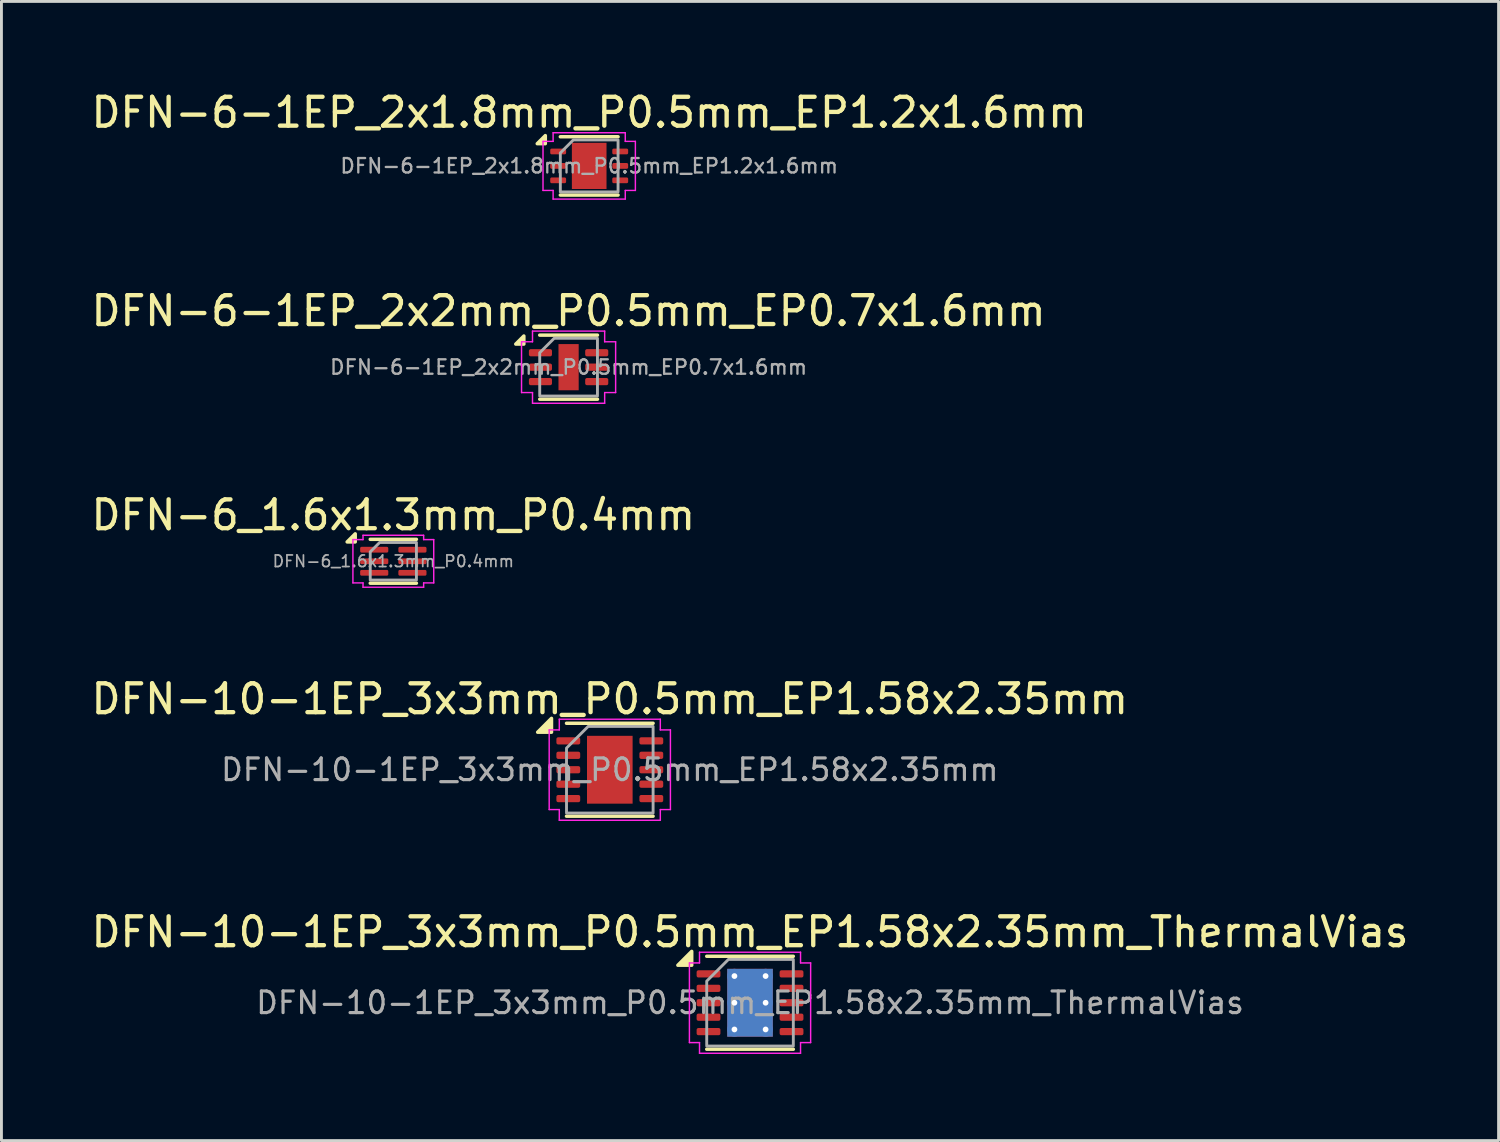
<source format=kicad_pcb>
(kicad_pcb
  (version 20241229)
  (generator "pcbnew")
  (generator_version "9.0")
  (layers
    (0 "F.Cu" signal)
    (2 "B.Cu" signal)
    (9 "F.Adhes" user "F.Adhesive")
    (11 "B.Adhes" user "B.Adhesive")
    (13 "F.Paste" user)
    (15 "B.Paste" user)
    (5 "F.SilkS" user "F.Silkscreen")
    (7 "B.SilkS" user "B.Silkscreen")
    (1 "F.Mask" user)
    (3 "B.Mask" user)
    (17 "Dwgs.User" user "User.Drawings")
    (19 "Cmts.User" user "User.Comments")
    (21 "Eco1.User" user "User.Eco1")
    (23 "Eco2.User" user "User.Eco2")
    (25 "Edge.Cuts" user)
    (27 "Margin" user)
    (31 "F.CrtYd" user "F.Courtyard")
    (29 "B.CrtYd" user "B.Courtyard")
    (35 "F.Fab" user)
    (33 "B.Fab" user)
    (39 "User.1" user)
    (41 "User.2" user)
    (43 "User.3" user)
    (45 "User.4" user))
  (footprint "DFN-6_1.6x1.3mm_P0.4mm"
    (layer "F.Cu")
    (at 10.577 16.395)
    (property "Reference" "DFN-6_1.6x1.3mm_P0.4mm" (at 0 -1.6 0) (layer "F.SilkS") (effects (font (size 1 1) (thickness 0.15))))
    (attr smd)
    (fp_line (start -0.8 -0.76) (end 0.8 -0.76) (stroke (width 0.12) (type solid)) (layer "F.SilkS"))
    (fp_line (start -0.8 0.76) (end 0.8 0.76) (stroke (width 0.12) (type solid)) (layer "F.SilkS"))
    (fp_poly (pts (xy -1.32 -0.67) (xy -1.6 -0.67) (xy -1.32 -0.95)) (stroke (width 0.12) (type solid)) (fill yes) (layer "F.SilkS"))
    (fp_line (start -1.4 -0.75) (end -1.05 -0.75) (stroke (width 0.05) (type solid)) (layer "F.CrtYd"))
    (fp_line (start -1.4 0.75) (end -1.4 -0.75) (stroke (width 0.05) (type solid)) (layer "F.CrtYd"))
    (fp_line (start -1.05 -0.9) (end 1.05 -0.9) (stroke (width 0.05) (type solid)) (layer "F.CrtYd"))
    (fp_line (start -1.05 -0.75) (end -1.05 -0.9) (stroke (width 0.05) (type solid)) (layer "F.CrtYd"))
    (fp_line (start -1.05 0.75) (end -1.4 0.75) (stroke (width 0.05) (type solid)) (layer "F.CrtYd"))
    (fp_line (start -1.05 0.9) (end -1.05 0.75) (stroke (width 0.05) (type solid)) (layer "F.CrtYd"))
    (fp_line (start 1.05 -0.9) (end 1.05 -0.75) (stroke (width 0.05) (type solid)) (layer "F.CrtYd"))
    (fp_line (start 1.05 -0.75) (end 1.4 -0.75) (stroke (width 0.05) (type solid)) (layer "F.CrtYd"))
    (fp_line (start 1.05 0.75) (end 1.05 0.9) (stroke (width 0.05) (type solid)) (layer "F.CrtYd"))
    (fp_line (start 1.05 0.9) (end -1.05 0.9) (stroke (width 0.05) (type solid)) (layer "F.CrtYd"))
    (fp_line (start 1.4 -0.75) (end 1.4 0.75) (stroke (width 0.05) (type solid)) (layer "F.CrtYd"))
    (fp_line (start 1.4 0.75) (end 1.05 0.75) (stroke (width 0.05) (type solid)) (layer "F.CrtYd"))
    (fp_poly (pts (xy -0.8 -0.325) (xy -0.8 0.65) (xy 0.8 0.65) (xy 0.8 -0.65) (xy -0.475 -0.65)) (stroke (width 0.1) (type solid)) (fill no) (layer "F.Fab"))
    (fp_text user "${REFERENCE}" (at 0 0 0) (layer "F.Fab") (effects (font (size 0.4 0.4) (thickness 0.06))))
    (pad "1" smd roundrect (at -0.662 -0.4) (size 0.975 0.2) (layers "F.Cu" "F.Mask" "F.Paste") (roundrect_rratio 0.25))
    (pad "2" smd roundrect (at -0.662 0) (size 0.975 0.2) (layers "F.Cu" "F.Mask" "F.Paste") (roundrect_rratio 0.25))
    (pad "3" smd roundrect (at -0.662 0.4) (size 0.975 0.2) (layers "F.Cu" "F.Mask" "F.Paste") (roundrect_rratio 0.25))
    (pad "4" smd roundrect (at 0.662 0.4) (size 0.975 0.2) (layers "F.Cu" "F.Mask" "F.Paste") (roundrect_rratio 0.25))
    (pad "5" smd roundrect (at 0.662 0) (size 0.975 0.2) (layers "F.Cu" "F.Mask" "F.Paste") (roundrect_rratio 0.25))
    (pad "6" smd roundrect (at 0.662 -0.4) (size 0.975 0.2) (layers "F.Cu" "F.Mask" "F.Paste") (roundrect_rratio 0.25)))
  (footprint "DFN-10-1EP_3x3mm_P0.5mm_EP1.58x2.35mm"
    (layer "F.Cu")
    (at 18.077 23.618)
    (property "Reference" "DFN-10-1EP_3x3mm_P0.5mm_EP1.58x2.35mm" (at 0 -2.45 0) (layer "F.SilkS") (effects (font (size 1 1) (thickness 0.15))))
    (attr smd)
    (fp_line (start -1.5 -1.61) (end 1.5 -1.61) (stroke (width 0.12) (type solid)) (layer "F.SilkS"))
    (fp_line (start -1.5 1.61) (end 1.5 1.61) (stroke (width 0.12) (type solid)) (layer "F.SilkS"))
    (fp_poly (pts (xy -2.02 -1.3) (xy -2.5 -1.3) (xy -2.02 -1.78)) (stroke (width 0.12) (type solid)) (fill yes) (layer "F.SilkS"))
    (fp_line (start -2.1 -1.38) (end -1.75 -1.38) (stroke (width 0.05) (type solid)) (layer "F.CrtYd"))
    (fp_line (start -2.1 1.38) (end -2.1 -1.38) (stroke (width 0.05) (type solid)) (layer "F.CrtYd"))
    (fp_line (start -1.75 -1.75) (end 1.75 -1.75) (stroke (width 0.05) (type solid)) (layer "F.CrtYd"))
    (fp_line (start -1.75 -1.38) (end -1.75 -1.75) (stroke (width 0.05) (type solid)) (layer "F.CrtYd"))
    (fp_line (start -1.75 1.38) (end -2.1 1.38) (stroke (width 0.05) (type solid)) (layer "F.CrtYd"))
    (fp_line (start -1.75 1.75) (end -1.75 1.38) (stroke (width 0.05) (type solid)) (layer "F.CrtYd"))
    (fp_line (start 1.75 -1.75) (end 1.75 -1.38) (stroke (width 0.05) (type solid)) (layer "F.CrtYd"))
    (fp_line (start 1.75 -1.38) (end 2.1 -1.38) (stroke (width 0.05) (type solid)) (layer "F.CrtYd"))
    (fp_line (start 1.75 1.38) (end 1.75 1.75) (stroke (width 0.05) (type solid)) (layer "F.CrtYd"))
    (fp_line (start 1.75 1.75) (end -1.75 1.75) (stroke (width 0.05) (type solid)) (layer "F.CrtYd"))
    (fp_line (start 2.1 -1.38) (end 2.1 1.38) (stroke (width 0.05) (type solid)) (layer "F.CrtYd"))
    (fp_line (start 2.1 1.38) (end 1.75 1.38) (stroke (width 0.05) (type solid)) (layer "F.CrtYd"))
    (fp_poly (pts (xy -1.5 -0.75) (xy -1.5 1.5) (xy 1.5 1.5) (xy 1.5 -1.5) (xy -0.75 -1.5)) (stroke (width 0.1) (type solid)) (fill no) (layer "F.Fab"))
    (fp_text user "${REFERENCE}" (at 0 0 0) (layer "F.Fab") (effects (font (size 0.75 0.75) (thickness 0.11))))
    (pad "" smd roundrect (at -0.395 -0.59) (size 0.64 0.95) (layers "F.Paste") (roundrect_rratio 0.25))
    (pad "" smd roundrect (at -0.395 0.59) (size 0.64 0.95) (layers "F.Paste") (roundrect_rratio 0.25))
    (pad "" smd roundrect (at 0.395 -0.59) (size 0.64 0.95) (layers "F.Paste") (roundrect_rratio 0.25))
    (pad "" smd roundrect (at 0.395 0.59) (size 0.64 0.95) (layers "F.Paste") (roundrect_rratio 0.25))
    (pad "1" smd roundrect (at -1.438 -1) (size 0.825 0.25) (layers "F.Cu" "F.Mask" "F.Paste") (roundrect_rratio 0.25))
    (pad "2" smd roundrect (at -1.438 -0.5) (size 0.825 0.25) (layers "F.Cu" "F.Mask" "F.Paste") (roundrect_rratio 0.25))
    (pad "3" smd roundrect (at -1.438 0) (size 0.825 0.25) (layers "F.Cu" "F.Mask" "F.Paste") (roundrect_rratio 0.25))
    (pad "4" smd roundrect (at -1.438 0.5) (size 0.825 0.25) (layers "F.Cu" "F.Mask" "F.Paste") (roundrect_rratio 0.25))
    (pad "5" smd roundrect (at -1.438 1) (size 0.825 0.25) (layers "F.Cu" "F.Mask" "F.Paste") (roundrect_rratio 0.25))
    (pad "6" smd roundrect (at 1.438 1) (size 0.825 0.25) (layers "F.Cu" "F.Mask" "F.Paste") (roundrect_rratio 0.25))
    (pad "7" smd roundrect (at 1.438 0.5) (size 0.825 0.25) (layers "F.Cu" "F.Mask" "F.Paste") (roundrect_rratio 0.25))
    (pad "8" smd roundrect (at 1.438 0) (size 0.825 0.25) (layers "F.Cu" "F.Mask" "F.Paste") (roundrect_rratio 0.25))
    (pad "9" smd roundrect (at 1.438 -0.5) (size 0.825 0.25) (layers "F.Cu" "F.Mask" "F.Paste") (roundrect_rratio 0.25))
    (pad "10" smd roundrect (at 1.438 -1) (size 0.825 0.25) (layers "F.Cu" "F.Mask" "F.Paste") (roundrect_rratio 0.25))
    (pad "11" smd rect (at 0 0) (size 1.58 2.35) (property pad_prop_heatsink) (layers "F.Cu" "F.Mask")))
  (footprint "DFN-10-1EP_3x3mm_P0.5mm_EP1.58x2.35mm_ThermalVias"
    (layer "F.Cu")
    (at 22.935 31.691)
    (property "Reference" "DFN-10-1EP_3x3mm_P0.5mm_EP1.58x2.35mm_ThermalVias" (at 0 -2.45 0) (layer "F.SilkS") (effects (font (size 1 1) (thickness 0.15))))
    (attr smd)
    (fp_line (start -1.5 -1.61) (end 1.5 -1.61) (stroke (width 0.12) (type solid)) (layer "F.SilkS"))
    (fp_line (start -1.5 1.61) (end 1.5 1.61) (stroke (width 0.12) (type solid)) (layer "F.SilkS"))
    (fp_poly (pts (xy -2.02 -1.3) (xy -2.5 -1.3) (xy -2.02 -1.78)) (stroke (width 0.12) (type solid)) (fill yes) (layer "F.SilkS"))
    (fp_line (start -2.1 -1.38) (end -1.75 -1.38) (stroke (width 0.05) (type solid)) (layer "F.CrtYd"))
    (fp_line (start -2.1 1.38) (end -2.1 -1.38) (stroke (width 0.05) (type solid)) (layer "F.CrtYd"))
    (fp_line (start -1.75 -1.75) (end 1.75 -1.75) (stroke (width 0.05) (type solid)) (layer "F.CrtYd"))
    (fp_line (start -1.75 -1.38) (end -1.75 -1.75) (stroke (width 0.05) (type solid)) (layer "F.CrtYd"))
    (fp_line (start -1.75 1.38) (end -2.1 1.38) (stroke (width 0.05) (type solid)) (layer "F.CrtYd"))
    (fp_line (start -1.75 1.75) (end -1.75 1.38) (stroke (width 0.05) (type solid)) (layer "F.CrtYd"))
    (fp_line (start 1.75 -1.75) (end 1.75 -1.38) (stroke (width 0.05) (type solid)) (layer "F.CrtYd"))
    (fp_line (start 1.75 -1.38) (end 2.1 -1.38) (stroke (width 0.05) (type solid)) (layer "F.CrtYd"))
    (fp_line (start 1.75 1.38) (end 1.75 1.75) (stroke (width 0.05) (type solid)) (layer "F.CrtYd"))
    (fp_line (start 1.75 1.75) (end -1.75 1.75) (stroke (width 0.05) (type solid)) (layer "F.CrtYd"))
    (fp_line (start 2.1 -1.38) (end 2.1 1.38) (stroke (width 0.05) (type solid)) (layer "F.CrtYd"))
    (fp_line (start 2.1 1.38) (end 1.75 1.38) (stroke (width 0.05) (type solid)) (layer "F.CrtYd"))
    (fp_poly (pts (xy -1.5 -0.75) (xy -1.5 1.5) (xy 1.5 1.5) (xy 1.5 -1.5) (xy -0.75 -1.5)) (stroke (width 0.1) (type solid)) (fill no) (layer "F.Fab"))
    (fp_text user "${REFERENCE}" (at 0 0 0) (layer "F.Fab") (effects (font (size 0.75 0.75) (thickness 0.11))))
    (pad "" smd roundrect (at 0 -0.59) (size 1.27 0.95) (layers "F.Paste") (roundrect_rratio 0.25))
    (pad "" smd roundrect (at 0 0.59) (size 1.27 0.95) (layers "F.Paste") (roundrect_rratio 0.25))
    (pad "1" smd roundrect (at -1.438 -1) (size 0.825 0.25) (layers "F.Cu" "F.Mask" "F.Paste") (roundrect_rratio 0.25))
    (pad "2" smd roundrect (at -1.438 -0.5) (size 0.825 0.25) (layers "F.Cu" "F.Mask" "F.Paste") (roundrect_rratio 0.25))
    (pad "3" smd roundrect (at -1.438 0) (size 0.825 0.25) (layers "F.Cu" "F.Mask" "F.Paste") (roundrect_rratio 0.25))
    (pad "4" smd roundrect (at -1.438 0.5) (size 0.825 0.25) (layers "F.Cu" "F.Mask" "F.Paste") (roundrect_rratio 0.25))
    (pad "5" smd roundrect (at -1.438 1) (size 0.825 0.25) (layers "F.Cu" "F.Mask" "F.Paste") (roundrect_rratio 0.25))
    (pad "6" smd roundrect (at 1.438 1) (size 0.825 0.25) (layers "F.Cu" "F.Mask" "F.Paste") (roundrect_rratio 0.25))
    (pad "7" smd roundrect (at 1.438 0.5) (size 0.825 0.25) (layers "F.Cu" "F.Mask" "F.Paste") (roundrect_rratio 0.25))
    (pad "8" smd roundrect (at 1.438 0) (size 0.825 0.25) (layers "F.Cu" "F.Mask" "F.Paste") (roundrect_rratio 0.25))
    (pad "9" smd roundrect (at 1.438 -0.5) (size 0.825 0.25) (layers "F.Cu" "F.Mask" "F.Paste") (roundrect_rratio 0.25))
    (pad "10" smd roundrect (at 1.438 -1) (size 0.825 0.25) (layers "F.Cu" "F.Mask" "F.Paste") (roundrect_rratio 0.25))
    (pad "11" thru_hole circle (at -0.54 -0.925) (size 0.5 0.5) (drill 0.2) (property pad_prop_heatsink) (layers "*.Cu"))
    (pad "11" thru_hole circle (at -0.54 0) (size 0.5 0.5) (drill 0.2) (property pad_prop_heatsink) (layers "*.Cu"))
    (pad "11" thru_hole circle (at -0.54 0.925) (size 0.5 0.5) (drill 0.2) (property pad_prop_heatsink) (layers "*.Cu"))
    (pad "11" smd rect (at 0 0) (size 1.58 2.35) (property pad_prop_heatsink) (layers "F.Cu" "F.Mask"))
    (pad "11" smd rect (at 0 0) (size 1.58 2.35) (property pad_prop_heatsink) (layers "B.Cu"))
    (pad "11" thru_hole circle (at 0.54 -0.925) (size 0.5 0.5) (drill 0.2) (property pad_prop_heatsink) (layers "*.Cu"))
    (pad "11" thru_hole circle (at 0.54 0) (size 0.5 0.5) (drill 0.2) (property pad_prop_heatsink) (layers "*.Cu"))
    (pad "11" thru_hole circle (at 0.54 0.925) (size 0.5 0.5) (drill 0.2) (property pad_prop_heatsink) (layers "*.Cu")))
  (footprint "DFN-6-1EP_2x2mm_P0.5mm_EP0.7x1.6mm"
    (layer "F.Cu")
    (at 16.649 9.671)
    (property "Reference" "DFN-6-1EP_2x2mm_P0.5mm_EP0.7x1.6mm" (at 0 -1.95 0) (layer "F.SilkS") (effects (font (size 1 1) (thickness 0.15))))
    (attr smd)
    (fp_line (start -1 -1.11) (end 1 -1.11) (stroke (width 0.12) (type solid)) (layer "F.SilkS"))
    (fp_line (start -1 1.11) (end 1 1.11) (stroke (width 0.12) (type solid)) (layer "F.SilkS"))
    (fp_poly (pts (xy -1.55 -0.8) (xy -1.83 -0.8) (xy -1.55 -1.08)) (stroke (width 0.12) (type solid)) (fill yes) (layer "F.SilkS"))
    (fp_line (start -1.63 -0.88) (end -1.25 -0.88) (stroke (width 0.05) (type solid)) (layer "F.CrtYd"))
    (fp_line (start -1.63 0.88) (end -1.63 -0.88) (stroke (width 0.05) (type solid)) (layer "F.CrtYd"))
    (fp_line (start -1.25 -1.25) (end 1.25 -1.25) (stroke (width 0.05) (type solid)) (layer "F.CrtYd"))
    (fp_line (start -1.25 -0.88) (end -1.25 -1.25) (stroke (width 0.05) (type solid)) (layer "F.CrtYd"))
    (fp_line (start -1.25 0.88) (end -1.63 0.88) (stroke (width 0.05) (type solid)) (layer "F.CrtYd"))
    (fp_line (start -1.25 1.25) (end -1.25 0.88) (stroke (width 0.05) (type solid)) (layer "F.CrtYd"))
    (fp_line (start 1.25 -1.25) (end 1.25 -0.88) (stroke (width 0.05) (type solid)) (layer "F.CrtYd"))
    (fp_line (start 1.25 -0.88) (end 1.63 -0.88) (stroke (width 0.05) (type solid)) (layer "F.CrtYd"))
    (fp_line (start 1.25 0.88) (end 1.25 1.25) (stroke (width 0.05) (type solid)) (layer "F.CrtYd"))
    (fp_line (start 1.25 1.25) (end -1.25 1.25) (stroke (width 0.05) (type solid)) (layer "F.CrtYd"))
    (fp_line (start 1.63 -0.88) (end 1.63 0.88) (stroke (width 0.05) (type solid)) (layer "F.CrtYd"))
    (fp_line (start 1.63 0.88) (end 1.25 0.88) (stroke (width 0.05) (type solid)) (layer "F.CrtYd"))
    (fp_poly (pts (xy -1 -0.5) (xy -1 1) (xy 1 1) (xy 1 -1) (xy -0.5 -1)) (stroke (width 0.1) (type solid)) (fill no) (layer "F.Fab"))
    (fp_text user "${REFERENCE}" (at 0 0 0) (layer "F.Fab") (effects (font (size 0.5 0.5) (thickness 0.08))))
    (pad "" smd roundrect (at 0 -0.4) (size 0.56 0.64) (layers "F.Paste") (roundrect_rratio 0.25))
    (pad "" smd roundrect (at 0 0.4) (size 0.56 0.64) (layers "F.Paste") (roundrect_rratio 0.25))
    (pad "1" smd roundrect (at -0.975 -0.5) (size 0.8 0.25) (layers "F.Cu" "F.Mask" "F.Paste") (roundrect_rratio 0.25))
    (pad "2" smd roundrect (at -0.975 0) (size 0.8 0.25) (layers "F.Cu" "F.Mask" "F.Paste") (roundrect_rratio 0.25))
    (pad "3" smd roundrect (at -0.975 0.5) (size 0.8 0.25) (layers "F.Cu" "F.Mask" "F.Paste") (roundrect_rratio 0.25))
    (pad "4" smd roundrect (at 0.975 0.5) (size 0.8 0.25) (layers "F.Cu" "F.Mask" "F.Paste") (roundrect_rratio 0.25))
    (pad "5" smd roundrect (at 0.975 0) (size 0.8 0.25) (layers "F.Cu" "F.Mask" "F.Paste") (roundrect_rratio 0.25))
    (pad "6" smd roundrect (at 0.975 -0.5) (size 0.8 0.25) (layers "F.Cu" "F.Mask" "F.Paste") (roundrect_rratio 0.25))
    (pad "7" smd rect (at 0 0) (size 0.7 1.6) (property pad_prop_heatsink) (layers "F.Cu" "F.Mask")))
  (footprint "DFN-6-1EP_2x1.8mm_P0.5mm_EP1.2x1.6mm"
    (layer "F.Cu")
    (at 17.363 2.698)
    (property "Reference" "DFN-6-1EP_2x1.8mm_P0.5mm_EP1.2x1.6mm" (at 0 -1.85 0) (layer "F.SilkS") (effects (font (size 1 1) (thickness 0.15))))
    (attr smd)
    (fp_line (start -1 -1.01) (end 1 -1.01) (stroke (width 0.12) (type solid)) (layer "F.SilkS"))
    (fp_line (start -1 1.01) (end 1 1.01) (stroke (width 0.12) (type solid)) (layer "F.SilkS"))
    (fp_poly (pts (xy -1.52 -0.77) (xy -1.8 -0.77) (xy -1.52 -1.05)) (stroke (width 0.12) (type solid)) (fill yes) (layer "F.SilkS"))
    (fp_line (start -1.6 -0.85) (end -1.25 -0.85) (stroke (width 0.05) (type solid)) (layer "F.CrtYd"))
    (fp_line (start -1.6 0.85) (end -1.6 -0.85) (stroke (width 0.05) (type solid)) (layer "F.CrtYd"))
    (fp_line (start -1.25 -1.15) (end 1.25 -1.15) (stroke (width 0.05) (type solid)) (layer "F.CrtYd"))
    (fp_line (start -1.25 -0.85) (end -1.25 -1.15) (stroke (width 0.05) (type solid)) (layer "F.CrtYd"))
    (fp_line (start -1.25 0.85) (end -1.6 0.85) (stroke (width 0.05) (type solid)) (layer "F.CrtYd"))
    (fp_line (start -1.25 1.15) (end -1.25 0.85) (stroke (width 0.05) (type solid)) (layer "F.CrtYd"))
    (fp_line (start 1.25 -1.15) (end 1.25 -0.85) (stroke (width 0.05) (type solid)) (layer "F.CrtYd"))
    (fp_line (start 1.25 -0.85) (end 1.6 -0.85) (stroke (width 0.05) (type solid)) (layer "F.CrtYd"))
    (fp_line (start 1.25 0.85) (end 1.25 1.15) (stroke (width 0.05) (type solid)) (layer "F.CrtYd"))
    (fp_line (start 1.25 1.15) (end -1.25 1.15) (stroke (width 0.05) (type solid)) (layer "F.CrtYd"))
    (fp_line (start 1.6 -0.85) (end 1.6 0.85) (stroke (width 0.05) (type solid)) (layer "F.CrtYd"))
    (fp_line (start 1.6 0.85) (end 1.25 0.85) (stroke (width 0.05) (type solid)) (layer "F.CrtYd"))
    (fp_poly (pts (xy -1 -0.45) (xy -1 0.9) (xy 1 0.9) (xy 1 -0.9) (xy -0.55 -0.9)) (stroke (width 0.1) (type solid)) (fill no) (layer "F.Fab"))
    (fp_text user "${REFERENCE}" (at 0 0 0) (layer "F.Fab") (effects (font (size 0.5 0.5) (thickness 0.08))))
    (pad "" smd roundrect (at -0.3 -0.4) (size 0.48 0.64) (layers "F.Paste") (roundrect_rratio 0.25))
    (pad "" smd roundrect (at -0.3 0.4) (size 0.48 0.64) (layers "F.Paste") (roundrect_rratio 0.25))
    (pad "" smd roundrect (at 0.3 -0.4) (size 0.48 0.64) (layers "F.Paste") (roundrect_rratio 0.25))
    (pad "" smd roundrect (at 0.3 0.4) (size 0.48 0.64) (layers "F.Paste") (roundrect_rratio 0.25))
    (pad "1" smd roundrect (at -1.075 -0.5) (size 0.55 0.2) (layers "F.Cu" "F.Mask" "F.Paste") (roundrect_rratio 0.25))
    (pad "2" smd roundrect (at -1.075 0) (size 0.55 0.2) (layers "F.Cu" "F.Mask" "F.Paste") (roundrect_rratio 0.25))
    (pad "3" smd roundrect (at -1.075 0.5) (size 0.55 0.2) (layers "F.Cu" "F.Mask" "F.Paste") (roundrect_rratio 0.25))
    (pad "4" smd roundrect (at 1.075 0.5) (size 0.55 0.2) (layers "F.Cu" "F.Mask" "F.Paste") (roundrect_rratio 0.25))
    (pad "5" smd roundrect (at 1.075 0) (size 0.55 0.2) (layers "F.Cu" "F.Mask" "F.Paste") (roundrect_rratio 0.25))
    (pad "6" smd roundrect (at 1.075 -0.5) (size 0.55 0.2) (layers "F.Cu" "F.Mask" "F.Paste") (roundrect_rratio 0.25))
    (pad "7" smd rect (at 0 0) (size 1.2 1.6) (property pad_prop_heatsink) (layers "F.Cu" "F.Mask")))
  (gr_rect
    (start -3 -3)
    (end 48.869 36.466)
    (stroke (width 0.1) (type default))
    (fill no)
    (layer "Edge.Cuts")))
</source>
